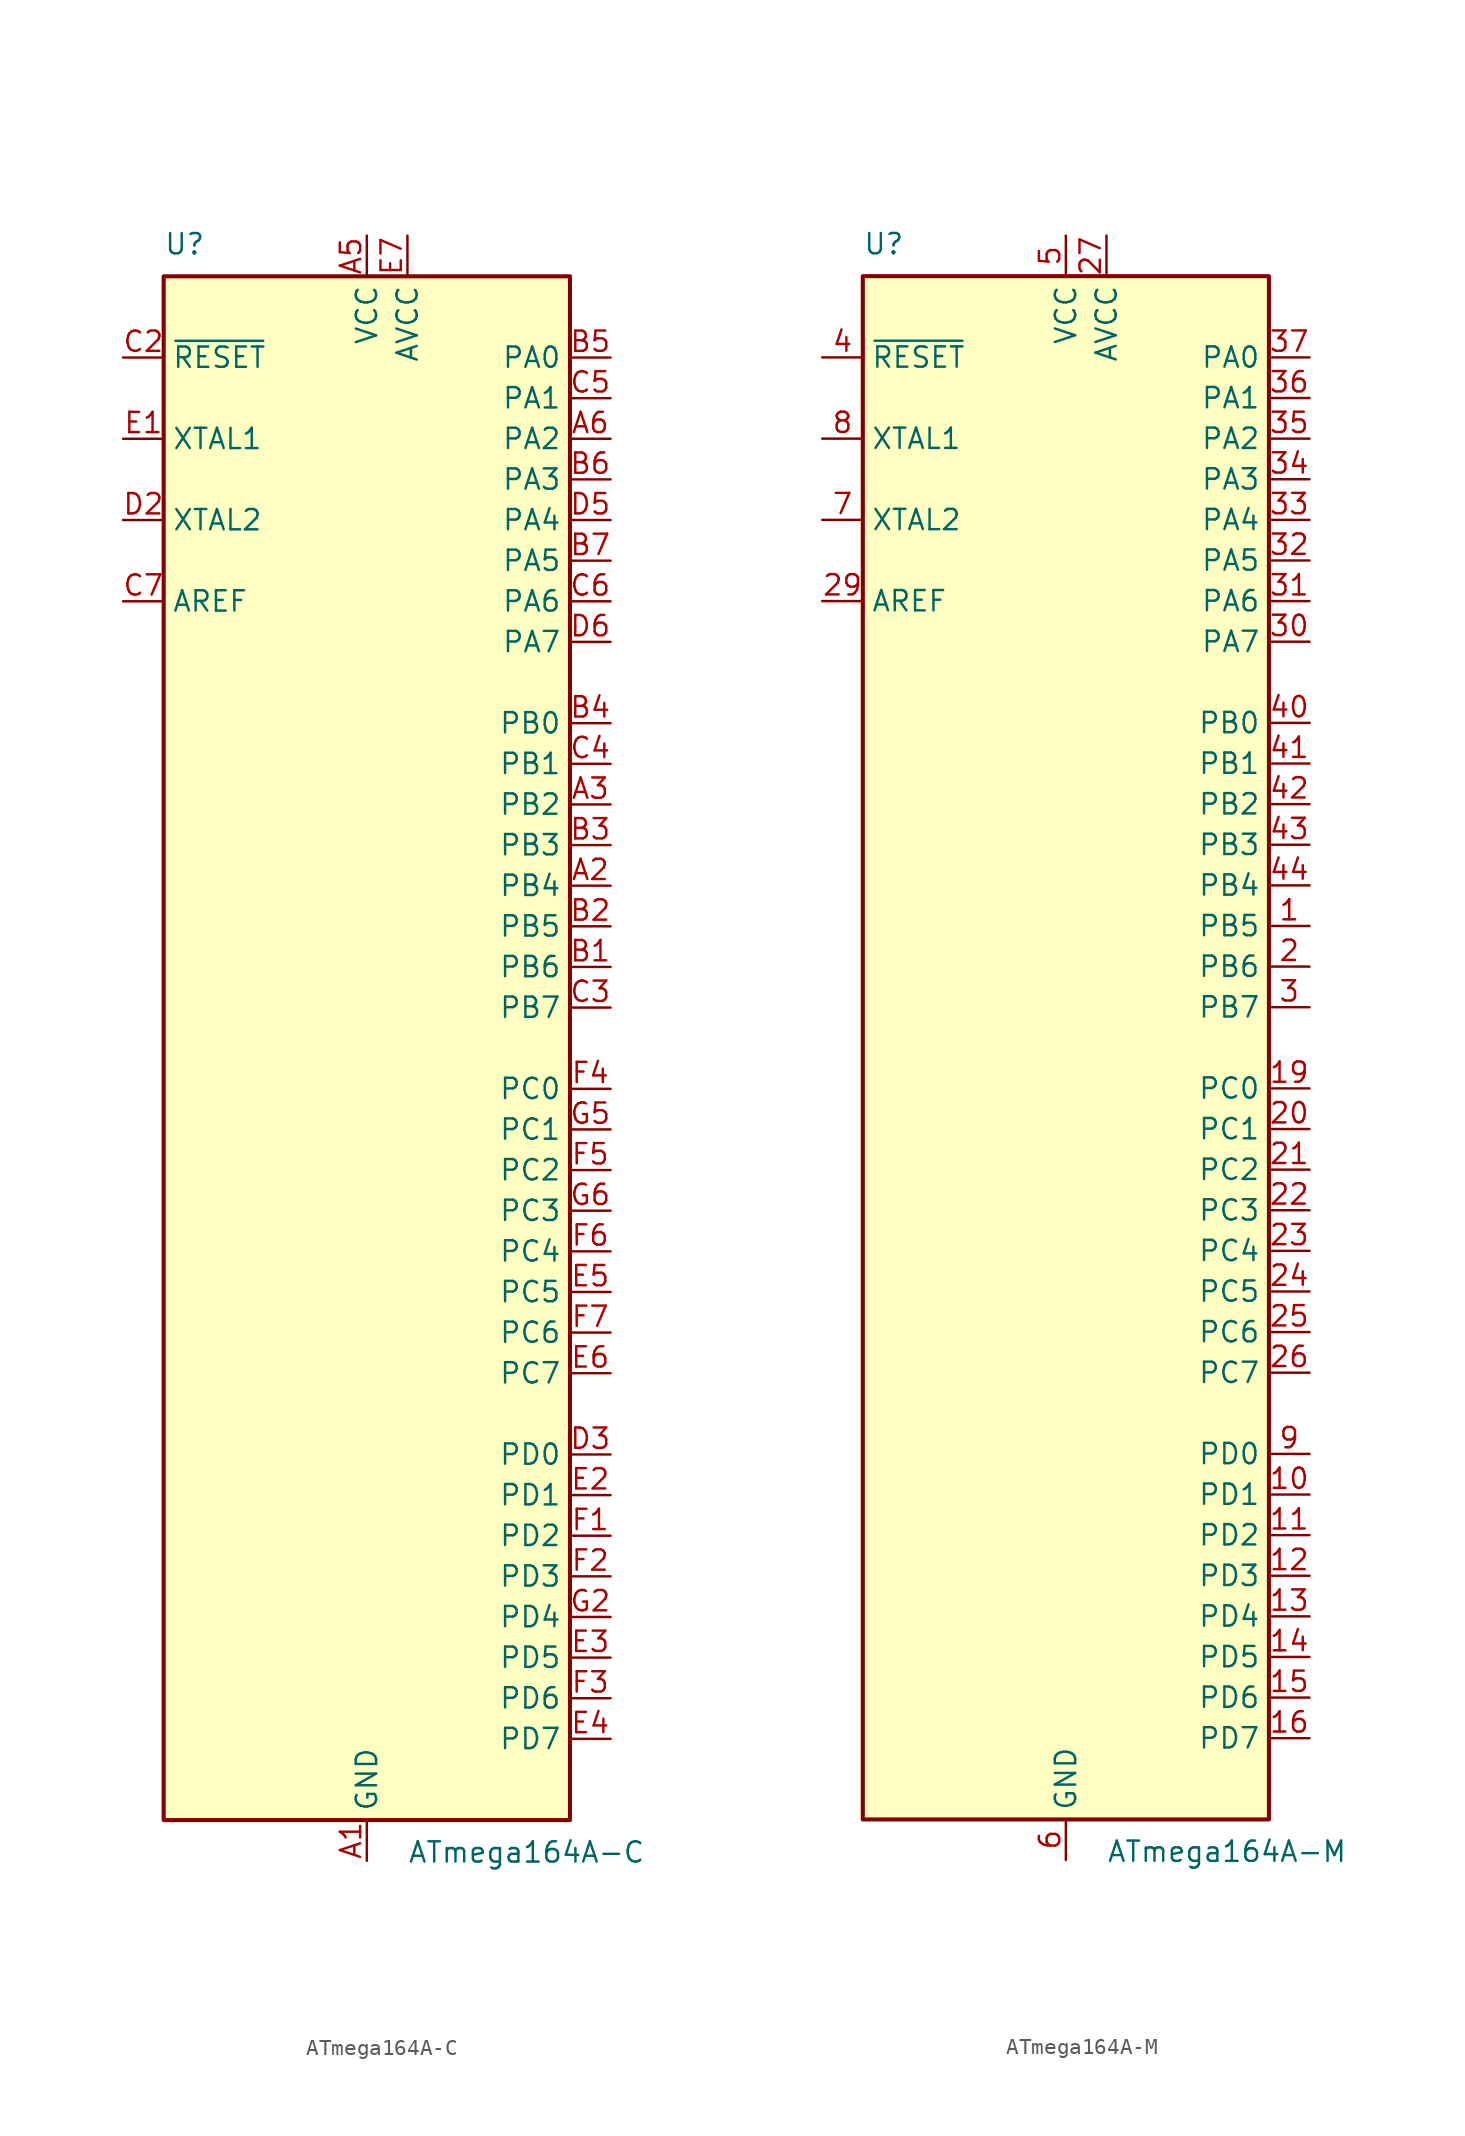
<source format=kicad_sym>
(kicad_symbol_lib
  (version 20201005)
  (generator kicad_symbol_editor)
  (symbol "ATmega164A-C"
    (property "Reference" "U"
      (at -12.7 49.53 0)
      (effects (font (size 1.27 1.27)) (justify left bottom)))
    (property "Value" "ATmega164A-C"
      (at 2.54 -49.53 0)
      (effects (font (size 1.27 1.27)) (justify left top)))
    (symbol "ATmega164A-C_0_1"
      (rectangle (start -12.7 -48.26) (end 12.7 48.26) (stroke (width 0.254)) (fill (type background))))
    (symbol "ATmega164A-C_1_1"
      (pin power_in line (at 0 -50.8 90) (length 2.54) (name "GND" (effects (font (size 1.27 1.27)))) (number "A1" (effects (font (size 1.27 1.27)))))
      (pin bidirectional line (at 15.24 10.16 180) (length 2.54) (name "PB4" (effects (font (size 1.27 1.27)))) (number "A2" (effects (font (size 1.27 1.27)))))
      (pin bidirectional line (at 15.24 15.24 180) (length 2.54) (name "PB2" (effects (font (size 1.27 1.27)))) (number "A3" (effects (font (size 1.27 1.27)))))
      (pin passive line (at 0 -50.8 90) (length 2.54) hide (name "GND" (effects (font (size 1.27 1.27)))) (number "A4" (effects (font (size 1.27 1.27)))))
      (pin power_in line (at 0 50.8 270) (length 2.54) (name "VCC" (effects (font (size 1.27 1.27)))) (number "A5" (effects (font (size 1.27 1.27)))))
      (pin bidirectional line (at 15.24 38.1 180) (length 2.54) (name "PA2" (effects (font (size 1.27 1.27)))) (number "A6" (effects (font (size 1.27 1.27)))))
      (pin passive line (at 0 -50.8 90) (length 2.54) hide (name "GND" (effects (font (size 1.27 1.27)))) (number "A7" (effects (font (size 1.27 1.27)))))
      (pin bidirectional line (at 15.24 5.08 180) (length 2.54) (name "PB6" (effects (font (size 1.27 1.27)))) (number "B1" (effects (font (size 1.27 1.27)))))
      (pin bidirectional line (at 15.24 7.62 180) (length 2.54) (name "PB5" (effects (font (size 1.27 1.27)))) (number "B2" (effects (font (size 1.27 1.27)))))
      (pin bidirectional line (at 15.24 12.7 180) (length 2.54) (name "PB3" (effects (font (size 1.27 1.27)))) (number "B3" (effects (font (size 1.27 1.27)))))
      (pin bidirectional line (at 15.24 20.32 180) (length 2.54) (name "PB0" (effects (font (size 1.27 1.27)))) (number "B4" (effects (font (size 1.27 1.27)))))
      (pin bidirectional line (at 15.24 43.18 180) (length 2.54) (name "PA0" (effects (font (size 1.27 1.27)))) (number "B5" (effects (font (size 1.27 1.27)))))
      (pin bidirectional line (at 15.24 35.56 180) (length 2.54) (name "PA3" (effects (font (size 1.27 1.27)))) (number "B6" (effects (font (size 1.27 1.27)))))
      (pin bidirectional line (at 15.24 30.48 180) (length 2.54) (name "PA5" (effects (font (size 1.27 1.27)))) (number "B7" (effects (font (size 1.27 1.27)))))
      (pin passive line (at 0 50.8 270) (length 2.54) hide (name "VCC" (effects (font (size 1.27 1.27)))) (number "C1" (effects (font (size 1.27 1.27)))))
      (pin input line (at -15.24 43.18 0) (length 2.54) (name "~RESET" (effects (font (size 1.27 1.27)))) (number "C2" (effects (font (size 1.27 1.27)))))
      (pin bidirectional line (at 15.24 2.54 180) (length 2.54) (name "PB7" (effects (font (size 1.27 1.27)))) (number "C3" (effects (font (size 1.27 1.27)))))
      (pin bidirectional line (at 15.24 17.78 180) (length 2.54) (name "PB1" (effects (font (size 1.27 1.27)))) (number "C4" (effects (font (size 1.27 1.27)))))
      (pin bidirectional line (at 15.24 40.64 180) (length 2.54) (name "PA1" (effects (font (size 1.27 1.27)))) (number "C5" (effects (font (size 1.27 1.27)))))
      (pin bidirectional line (at 15.24 27.94 180) (length 2.54) (name "PA6" (effects (font (size 1.27 1.27)))) (number "C6" (effects (font (size 1.27 1.27)))))
      (pin passive line (at -15.24 27.94 0) (length 2.54) (name "AREF" (effects (font (size 1.27 1.27)))) (number "C7" (effects (font (size 1.27 1.27)))))
      (pin passive line (at 0 -50.8 90) (length 2.54) hide (name "GND" (effects (font (size 1.27 1.27)))) (number "D1" (effects (font (size 1.27 1.27)))))
      (pin output line (at -15.24 33.02 0) (length 2.54) (name "XTAL2" (effects (font (size 1.27 1.27)))) (number "D2" (effects (font (size 1.27 1.27)))))
      (pin bidirectional line (at 15.24 -25.4 180) (length 2.54) (name "PD0" (effects (font (size 1.27 1.27)))) (number "D3" (effects (font (size 1.27 1.27)))))
      (pin passive line (at 0 -50.8 90) (length 2.54) hide (name "GND" (effects (font (size 1.27 1.27)))) (number "D4" (effects (font (size 1.27 1.27)))))
      (pin bidirectional line (at 15.24 33.02 180) (length 2.54) (name "PA4" (effects (font (size 1.27 1.27)))) (number "D5" (effects (font (size 1.27 1.27)))))
      (pin bidirectional line (at 15.24 25.4 180) (length 2.54) (name "PA7" (effects (font (size 1.27 1.27)))) (number "D6" (effects (font (size 1.27 1.27)))))
      (pin passive line (at 0 -50.8 90) (length 2.54) hide (name "GND" (effects (font (size 1.27 1.27)))) (number "D7" (effects (font (size 1.27 1.27)))))
      (pin input line (at -15.24 38.1 0) (length 2.54) (name "XTAL1" (effects (font (size 1.27 1.27)))) (number "E1" (effects (font (size 1.27 1.27)))))
      (pin bidirectional line (at 15.24 -27.94 180) (length 2.54) (name "PD1" (effects (font (size 1.27 1.27)))) (number "E2" (effects (font (size 1.27 1.27)))))
      (pin bidirectional line (at 15.24 -38.1 180) (length 2.54) (name "PD5" (effects (font (size 1.27 1.27)))) (number "E3" (effects (font (size 1.27 1.27)))))
      (pin bidirectional line (at 15.24 -43.18 180) (length 2.54) (name "PD7" (effects (font (size 1.27 1.27)))) (number "E4" (effects (font (size 1.27 1.27)))))
      (pin bidirectional line (at 15.24 -15.24 180) (length 2.54) (name "PC5" (effects (font (size 1.27 1.27)))) (number "E5" (effects (font (size 1.27 1.27)))))
      (pin bidirectional line (at 15.24 -20.32 180) (length 2.54) (name "PC7" (effects (font (size 1.27 1.27)))) (number "E6" (effects (font (size 1.27 1.27)))))
      (pin power_in line (at 2.54 50.8 270) (length 2.54) (name "AVCC" (effects (font (size 1.27 1.27)))) (number "E7" (effects (font (size 1.27 1.27)))))
      (pin bidirectional line (at 15.24 -30.48 180) (length 2.54) (name "PD2" (effects (font (size 1.27 1.27)))) (number "F1" (effects (font (size 1.27 1.27)))))
      (pin bidirectional line (at 15.24 -33.02 180) (length 2.54) (name "PD3" (effects (font (size 1.27 1.27)))) (number "F2" (effects (font (size 1.27 1.27)))))
      (pin bidirectional line (at 15.24 -40.64 180) (length 2.54) (name "PD6" (effects (font (size 1.27 1.27)))) (number "F3" (effects (font (size 1.27 1.27)))))
      (pin bidirectional line (at 15.24 -2.54 180) (length 2.54) (name "PC0" (effects (font (size 1.27 1.27)))) (number "F4" (effects (font (size 1.27 1.27)))))
      (pin bidirectional line (at 15.24 -7.62 180) (length 2.54) (name "PC2" (effects (font (size 1.27 1.27)))) (number "F5" (effects (font (size 1.27 1.27)))))
      (pin bidirectional line (at 15.24 -12.7 180) (length 2.54) (name "PC4" (effects (font (size 1.27 1.27)))) (number "F6" (effects (font (size 1.27 1.27)))))
      (pin bidirectional line (at 15.24 -17.78 180) (length 2.54) (name "PC6" (effects (font (size 1.27 1.27)))) (number "F7" (effects (font (size 1.27 1.27)))))
      (pin passive line (at 0 -50.8 90) (length 2.54) hide (name "GND" (effects (font (size 1.27 1.27)))) (number "G1" (effects (font (size 1.27 1.27)))))
      (pin bidirectional line (at 15.24 -35.56 180) (length 2.54) (name "PD4" (effects (font (size 1.27 1.27)))) (number "G2" (effects (font (size 1.27 1.27)))))
      (pin passive line (at 0 50.8 270) (length 2.54) hide (name "VCC" (effects (font (size 1.27 1.27)))) (number "G3" (effects (font (size 1.27 1.27)))))
      (pin passive line (at 0 -50.8 90) (length 2.54) hide (name "GND" (effects (font (size 1.27 1.27)))) (number "G4" (effects (font (size 1.27 1.27)))))
      (pin bidirectional line (at 15.24 -5.08 180) (length 2.54) (name "PC1" (effects (font (size 1.27 1.27)))) (number "G5" (effects (font (size 1.27 1.27)))))
      (pin bidirectional line (at 15.24 -10.16 180) (length 2.54) (name "PC3" (effects (font (size 1.27 1.27)))) (number "G6" (effects (font (size 1.27 1.27)))))
      (pin passive line (at 0 -50.8 90) (length 2.54) hide (name "GND" (effects (font (size 1.27 1.27)))) (number "G7" (effects (font (size 1.27 1.27)))))))
  (symbol "ATmega164A-M"
    (property "Reference" "U"
      (at -12.7 49.53 0)
      (effects (font (size 1.27 1.27)) (justify left bottom)))
    (property "Value" "ATmega164A-M"
      (at 2.54 -49.53 0)
      (effects (font (size 1.27 1.27)) (justify left top)))
    (symbol "ATmega164A-M_0_1"
      (rectangle (start -12.7 -48.26) (end 12.7 48.26) (stroke (width 0.254)) (fill (type background))))
    (symbol "ATmega164A-M_1_1"
      (pin bidirectional line (at 15.24 7.62 180) (length 2.54) (name "PB5" (effects (font (size 1.27 1.27)))) (number "1" (effects (font (size 1.27 1.27)))))
      (pin bidirectional line (at 15.24 -27.94 180) (length 2.54) (name "PD1" (effects (font (size 1.27 1.27)))) (number "10" (effects (font (size 1.27 1.27)))))
      (pin bidirectional line (at 15.24 -30.48 180) (length 2.54) (name "PD2" (effects (font (size 1.27 1.27)))) (number "11" (effects (font (size 1.27 1.27)))))
      (pin bidirectional line (at 15.24 -33.02 180) (length 2.54) (name "PD3" (effects (font (size 1.27 1.27)))) (number "12" (effects (font (size 1.27 1.27)))))
      (pin bidirectional line (at 15.24 -35.56 180) (length 2.54) (name "PD4" (effects (font (size 1.27 1.27)))) (number "13" (effects (font (size 1.27 1.27)))))
      (pin bidirectional line (at 15.24 -38.1 180) (length 2.54) (name "PD5" (effects (font (size 1.27 1.27)))) (number "14" (effects (font (size 1.27 1.27)))))
      (pin bidirectional line (at 15.24 -40.64 180) (length 2.54) (name "PD6" (effects (font (size 1.27 1.27)))) (number "15" (effects (font (size 1.27 1.27)))))
      (pin bidirectional line (at 15.24 -43.18 180) (length 2.54) (name "PD7" (effects (font (size 1.27 1.27)))) (number "16" (effects (font (size 1.27 1.27)))))
      (pin passive line (at 0 50.8 270) (length 2.54) hide (name "VCC" (effects (font (size 1.27 1.27)))) (number "17" (effects (font (size 1.27 1.27)))))
      (pin passive line (at 0 -50.8 90) (length 2.54) hide (name "GND" (effects (font (size 1.27 1.27)))) (number "18" (effects (font (size 1.27 1.27)))))
      (pin bidirectional line (at 15.24 -2.54 180) (length 2.54) (name "PC0" (effects (font (size 1.27 1.27)))) (number "19" (effects (font (size 1.27 1.27)))))
      (pin bidirectional line (at 15.24 5.08 180) (length 2.54) (name "PB6" (effects (font (size 1.27 1.27)))) (number "2" (effects (font (size 1.27 1.27)))))
      (pin bidirectional line (at 15.24 -5.08 180) (length 2.54) (name "PC1" (effects (font (size 1.27 1.27)))) (number "20" (effects (font (size 1.27 1.27)))))
      (pin bidirectional line (at 15.24 -7.62 180) (length 2.54) (name "PC2" (effects (font (size 1.27 1.27)))) (number "21" (effects (font (size 1.27 1.27)))))
      (pin bidirectional line (at 15.24 -10.16 180) (length 2.54) (name "PC3" (effects (font (size 1.27 1.27)))) (number "22" (effects (font (size 1.27 1.27)))))
      (pin bidirectional line (at 15.24 -12.7 180) (length 2.54) (name "PC4" (effects (font (size 1.27 1.27)))) (number "23" (effects (font (size 1.27 1.27)))))
      (pin bidirectional line (at 15.24 -15.24 180) (length 2.54) (name "PC5" (effects (font (size 1.27 1.27)))) (number "24" (effects (font (size 1.27 1.27)))))
      (pin bidirectional line (at 15.24 -17.78 180) (length 2.54) (name "PC6" (effects (font (size 1.27 1.27)))) (number "25" (effects (font (size 1.27 1.27)))))
      (pin bidirectional line (at 15.24 -20.32 180) (length 2.54) (name "PC7" (effects (font (size 1.27 1.27)))) (number "26" (effects (font (size 1.27 1.27)))))
      (pin power_in line (at 2.54 50.8 270) (length 2.54) (name "AVCC" (effects (font (size 1.27 1.27)))) (number "27" (effects (font (size 1.27 1.27)))))
      (pin passive line (at 0 -50.8 90) (length 2.54) hide (name "GND" (effects (font (size 1.27 1.27)))) (number "28" (effects (font (size 1.27 1.27)))))
      (pin passive line (at -15.24 27.94 0) (length 2.54) (name "AREF" (effects (font (size 1.27 1.27)))) (number "29" (effects (font (size 1.27 1.27)))))
      (pin bidirectional line (at 15.24 2.54 180) (length 2.54) (name "PB7" (effects (font (size 1.27 1.27)))) (number "3" (effects (font (size 1.27 1.27)))))
      (pin bidirectional line (at 15.24 25.4 180) (length 2.54) (name "PA7" (effects (font (size 1.27 1.27)))) (number "30" (effects (font (size 1.27 1.27)))))
      (pin bidirectional line (at 15.24 27.94 180) (length 2.54) (name "PA6" (effects (font (size 1.27 1.27)))) (number "31" (effects (font (size 1.27 1.27)))))
      (pin bidirectional line (at 15.24 30.48 180) (length 2.54) (name "PA5" (effects (font (size 1.27 1.27)))) (number "32" (effects (font (size 1.27 1.27)))))
      (pin bidirectional line (at 15.24 33.02 180) (length 2.54) (name "PA4" (effects (font (size 1.27 1.27)))) (number "33" (effects (font (size 1.27 1.27)))))
      (pin bidirectional line (at 15.24 35.56 180) (length 2.54) (name "PA3" (effects (font (size 1.27 1.27)))) (number "34" (effects (font (size 1.27 1.27)))))
      (pin bidirectional line (at 15.24 38.1 180) (length 2.54) (name "PA2" (effects (font (size 1.27 1.27)))) (number "35" (effects (font (size 1.27 1.27)))))
      (pin bidirectional line (at 15.24 40.64 180) (length 2.54) (name "PA1" (effects (font (size 1.27 1.27)))) (number "36" (effects (font (size 1.27 1.27)))))
      (pin bidirectional line (at 15.24 43.18 180) (length 2.54) (name "PA0" (effects (font (size 1.27 1.27)))) (number "37" (effects (font (size 1.27 1.27)))))
      (pin passive line (at 0 50.8 270) (length 2.54) hide (name "VCC" (effects (font (size 1.27 1.27)))) (number "38" (effects (font (size 1.27 1.27)))))
      (pin passive line (at 0 -50.8 90) (length 2.54) hide (name "GND" (effects (font (size 1.27 1.27)))) (number "39" (effects (font (size 1.27 1.27)))))
      (pin input line (at -15.24 43.18 0) (length 2.54) (name "~RESET" (effects (font (size 1.27 1.27)))) (number "4" (effects (font (size 1.27 1.27)))))
      (pin bidirectional line (at 15.24 20.32 180) (length 2.54) (name "PB0" (effects (font (size 1.27 1.27)))) (number "40" (effects (font (size 1.27 1.27)))))
      (pin bidirectional line (at 15.24 17.78 180) (length 2.54) (name "PB1" (effects (font (size 1.27 1.27)))) (number "41" (effects (font (size 1.27 1.27)))))
      (pin bidirectional line (at 15.24 15.24 180) (length 2.54) (name "PB2" (effects (font (size 1.27 1.27)))) (number "42" (effects (font (size 1.27 1.27)))))
      (pin bidirectional line (at 15.24 12.7 180) (length 2.54) (name "PB3" (effects (font (size 1.27 1.27)))) (number "43" (effects (font (size 1.27 1.27)))))
      (pin bidirectional line (at 15.24 10.16 180) (length 2.54) (name "PB4" (effects (font (size 1.27 1.27)))) (number "44" (effects (font (size 1.27 1.27)))))
      (pin passive line (at 0 -50.8 90) (length 2.54) hide (name "GND" (effects (font (size 1.27 1.27)))) (number "45" (effects (font (size 1.27 1.27)))))
      (pin power_in line (at 0 50.8 270) (length 2.54) (name "VCC" (effects (font (size 1.27 1.27)))) (number "5" (effects (font (size 1.27 1.27)))))
      (pin power_in line (at 0 -50.8 90) (length 2.54) (name "GND" (effects (font (size 1.27 1.27)))) (number "6" (effects (font (size 1.27 1.27)))))
      (pin output line (at -15.24 33.02 0) (length 2.54) (name "XTAL2" (effects (font (size 1.27 1.27)))) (number "7" (effects (font (size 1.27 1.27)))))
      (pin input line (at -15.24 38.1 0) (length 2.54) (name "XTAL1" (effects (font (size 1.27 1.27)))) (number "8" (effects (font (size 1.27 1.27)))))
      (pin bidirectional line (at 15.24 -25.4 180) (length 2.54) (name "PD0" (effects (font (size 1.27 1.27)))) (number "9" (effects (font (size 1.27 1.27))))))))
</source>
